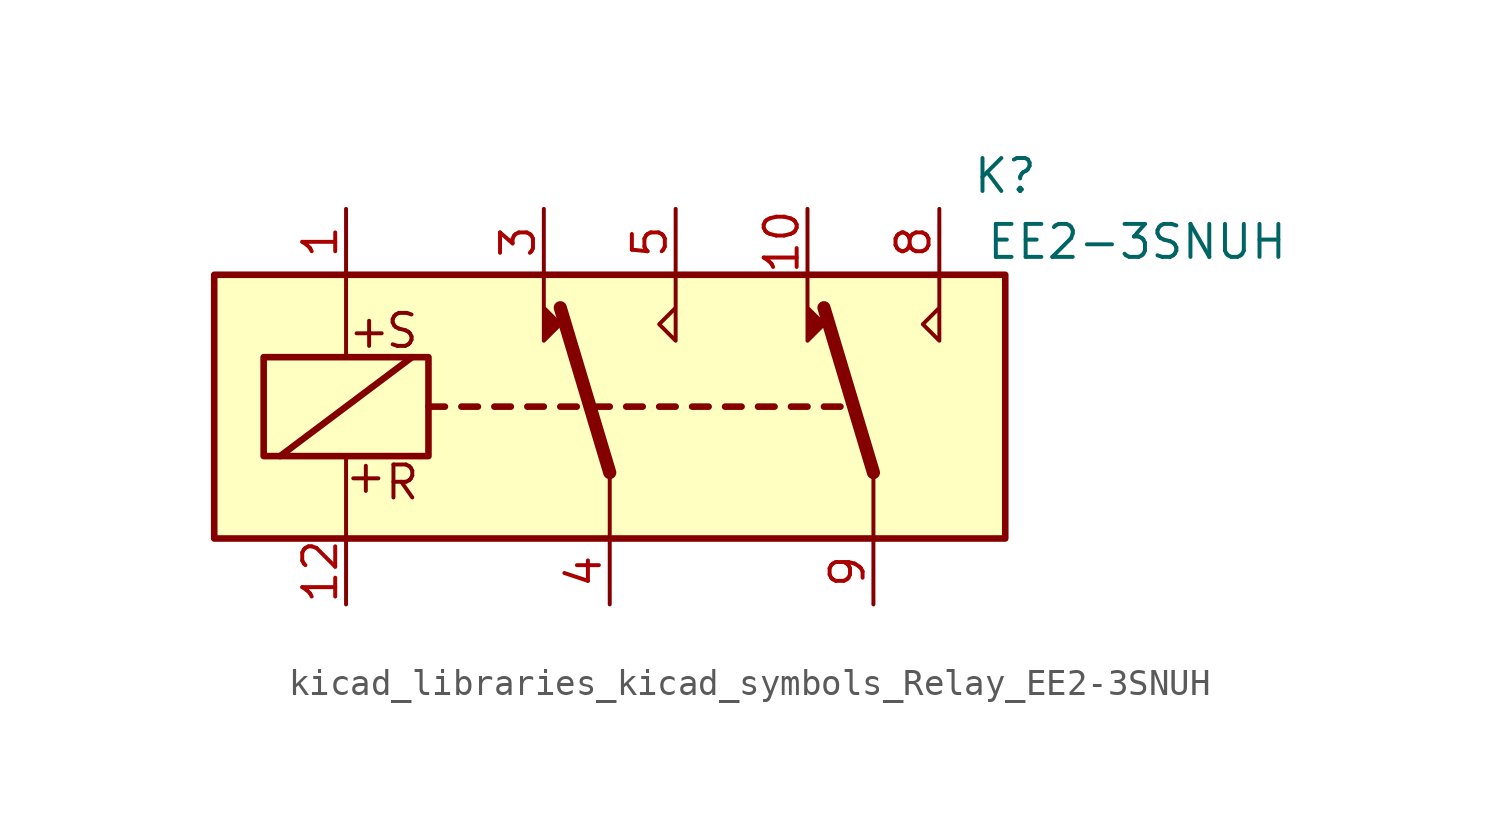
<source format=kicad_sym>
(kicad_symbol_lib
  (version 20220914)
  (generator kicad_symbol_editor)
  (symbol "kicad_libraries_kicad_symbols_Relay_EE2-3SNUH"
    (property "Reference" "K"
      (at 15.24 8.89 0)
      (effects (font (size 1.27 1.27))))
    (property "Value" "EE2-3SNUH"
      (at 20.32 6.35 0)
      (effects (font (size 1.27 1.27))))
    (symbol "kicad_libraries_kicad_symbols_Relay_EE2-3SNUH_1_1"
      (rectangle (start -15.24 5.08) (end 15.24 -5.08) (stroke (width 0.254) (type default)) (fill (type background)))
      (rectangle (start -13.335 1.905) (end -6.985 -1.905) (stroke (width 0.254) (type default)) (fill (type none)))
      (polyline (pts (xy -12.7 -1.905) (xy -7.62 1.905)) (stroke (width 0.254) (type default)) (fill (type none)))
      (polyline (pts (xy -10.16 -5.08) (xy -10.16 -1.905)) (stroke (width 0) (type default)) (fill (type none)))
      (polyline (pts (xy -10.16 5.08) (xy -10.16 1.905)) (stroke (width 0) (type default)) (fill (type none)))
      (polyline (pts (xy -6.985 0) (xy -6.35 0)) (stroke (width 0.254) (type default)) (fill (type none)))
      (polyline (pts (xy -5.715 0) (xy -5.08 0)) (stroke (width 0.254) (type default)) (fill (type none)))
      (polyline (pts (xy -4.445 0) (xy -3.81 0)) (stroke (width 0.254) (type default)) (fill (type none)))
      (polyline (pts (xy -3.175 0) (xy -2.54 0)) (stroke (width 0.254) (type default)) (fill (type none)))
      (polyline (pts (xy -1.905 0) (xy -1.27 0)) (stroke (width 0.254) (type default)) (fill (type none)))
      (polyline (pts (xy -0.635 0) (xy 0 0)) (stroke (width 0.254) (type default)) (fill (type none)))
      (polyline (pts (xy 0 -2.54) (xy -1.905 3.81)) (stroke (width 0.508) (type default)) (fill (type none)))
      (polyline (pts (xy 0 -2.54) (xy 0 -5.08)) (stroke (width 0) (type default)) (fill (type none)))
      (polyline (pts (xy 0.635 0) (xy 1.27 0)) (stroke (width 0.254) (type default)) (fill (type none)))
      (polyline (pts (xy 1.905 0) (xy 2.54 0)) (stroke (width 0.254) (type default)) (fill (type none)))
      (polyline (pts (xy 3.175 0) (xy 3.81 0)) (stroke (width 0.254) (type default)) (fill (type none)))
      (polyline (pts (xy 4.445 0) (xy 5.08 0)) (stroke (width 0.254) (type default)) (fill (type none)))
      (polyline (pts (xy 5.715 0) (xy 6.35 0)) (stroke (width 0.254) (type default)) (fill (type none)))
      (polyline (pts (xy 6.985 0) (xy 7.62 0)) (stroke (width 0.254) (type default)) (fill (type none)))
      (polyline (pts (xy 8.255 0) (xy 8.89 0)) (stroke (width 0.254) (type default)) (fill (type none)))
      (polyline (pts (xy 10.16 -2.54) (xy 8.255 3.81)) (stroke (width 0.508) (type default)) (fill (type none)))
      (polyline (pts (xy 10.16 -2.54) (xy 10.16 -5.08)) (stroke (width 0) (type default)) (fill (type none)))
      (polyline (pts (xy -2.54 5.08) (xy -2.54 2.54) (xy -1.905 3.175) (xy -2.54 3.81)) (stroke (width 0) (type default)) (fill (type outline)))
      (polyline (pts (xy 2.54 5.08) (xy 2.54 2.54) (xy 1.905 3.175) (xy 2.54 3.81)) (stroke (width 0) (type default)) (fill (type none)))
      (polyline (pts (xy 7.62 5.08) (xy 7.62 2.54) (xy 8.255 3.175) (xy 7.62 3.81)) (stroke (width 0) (type default)) (fill (type outline)))
      (polyline (pts (xy 12.7 5.08) (xy 12.7 2.54) (xy 12.065 3.175) (xy 12.7 3.81)) (stroke (width 0) (type default)) (fill (type none)))
      (text "+" (at -9.398 -2.667 0) (effects (font (size 1.27 1.27))))
      (text "+" (at -9.271 2.921 0) (effects (font (size 1.27 1.27))))
      (text "R" (at -8.001 -2.921 0) (effects (font (size 1.27 1.27))))
      (text "S" (at -8.001 2.921 0) (effects (font (size 1.27 1.27))))
      (pin passive line (at -10.16 7.62 270) (length 2.54) (name "~" (effects (font (size 1.27 1.27)))) (number "1" (effects (font (size 1.27 1.27)))))
      (pin passive line (at 7.62 7.62 270) (length 2.54) (name "~" (effects (font (size 1.27 1.27)))) (number "10" (effects (font (size 1.27 1.27)))))
      (pin passive line (at -10.16 -7.62 90) (length 2.54) (name "~" (effects (font (size 1.27 1.27)))) (number "12" (effects (font (size 1.27 1.27)))))
      (pin passive line (at -2.54 7.62 270) (length 2.54) (name "~" (effects (font (size 1.27 1.27)))) (number "3" (effects (font (size 1.27 1.27)))))
      (pin passive line (at 0 -7.62 90) (length 2.54) (name "~" (effects (font (size 1.27 1.27)))) (number "4" (effects (font (size 1.27 1.27)))))
      (pin passive line (at 2.54 7.62 270) (length 2.54) (name "~" (effects (font (size 1.27 1.27)))) (number "5" (effects (font (size 1.27 1.27)))))
      (pin passive line (at 12.7 7.62 270) (length 2.54) (name "~" (effects (font (size 1.27 1.27)))) (number "8" (effects (font (size 1.27 1.27)))))
      (pin passive line (at 10.16 -7.62 90) (length 2.54) (name "~" (effects (font (size 1.27 1.27)))) (number "9" (effects (font (size 1.27 1.27))))))))
</source>
